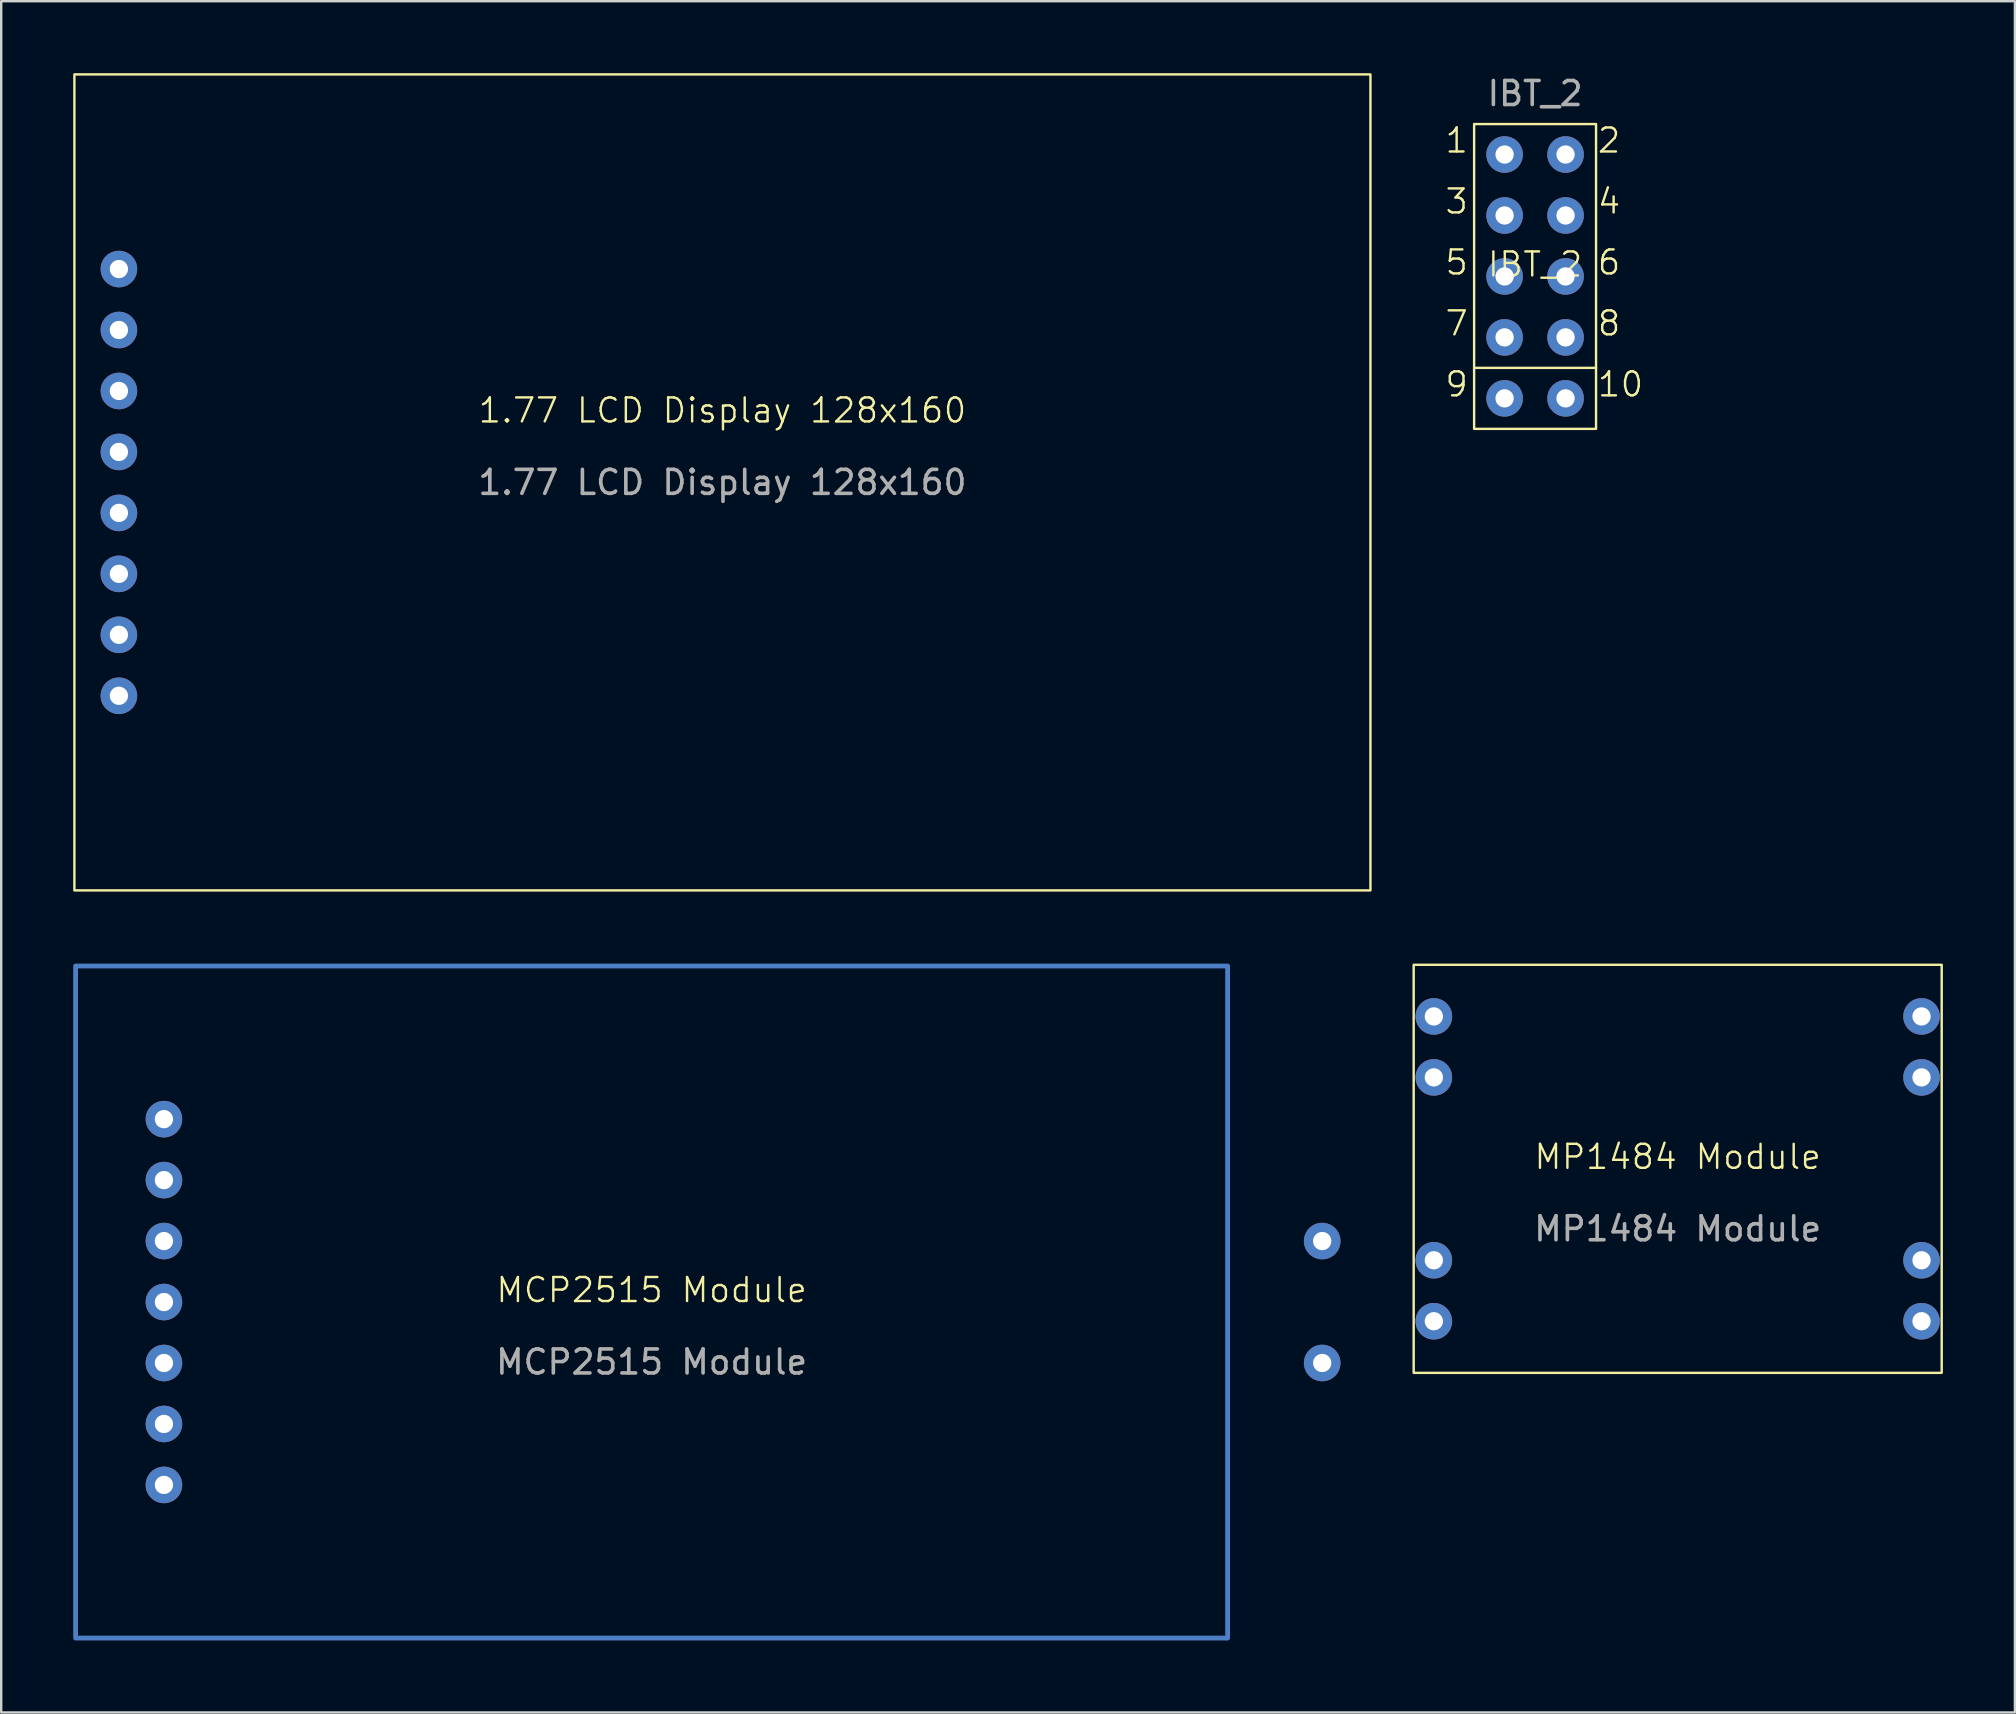
<source format=kicad_pcb>
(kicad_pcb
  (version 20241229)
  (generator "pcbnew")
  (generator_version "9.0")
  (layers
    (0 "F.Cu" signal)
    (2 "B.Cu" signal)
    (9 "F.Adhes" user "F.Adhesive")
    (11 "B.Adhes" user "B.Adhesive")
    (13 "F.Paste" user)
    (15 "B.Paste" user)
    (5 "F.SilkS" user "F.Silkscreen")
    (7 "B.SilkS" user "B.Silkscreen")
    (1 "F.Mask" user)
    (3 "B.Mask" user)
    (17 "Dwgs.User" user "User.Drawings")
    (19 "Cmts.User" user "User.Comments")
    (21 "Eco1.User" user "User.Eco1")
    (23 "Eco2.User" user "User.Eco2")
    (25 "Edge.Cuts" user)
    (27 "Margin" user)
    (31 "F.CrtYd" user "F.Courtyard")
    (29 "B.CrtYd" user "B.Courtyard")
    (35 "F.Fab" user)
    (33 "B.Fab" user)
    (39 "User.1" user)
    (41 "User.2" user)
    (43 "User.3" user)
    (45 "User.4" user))
  (footprint "MP1484 Module"
    (layer "F.Cu")
    (at 66.852 45.65)
    (property "Reference" "MP1484 Module" (at 0 -0.5 0) (unlocked yes) (layer "F.SilkS") (effects (font (size 1 1) (thickness 0.1))))
    (attr through_hole)
    (fp_rect (start -11 -8.5) (end 11 8.5) (stroke (width 0.1) (type default)) (fill no) (layer "F.SilkS"))
    (fp_text user "${REFERENCE}" (at 0 2.5 0) (unlocked yes) (layer "F.Fab") (effects (font (size 1 1) (thickness 0.15))))
    (pad "1" thru_hole circle (at -10.16 -6.35) (size 1.524 1.524) (drill 0.762) (layers "*.Cu" "*.Mask"))
    (pad "2" thru_hole circle (at -10.16 -3.81) (size 1.524 1.524) (drill 0.762) (layers "*.Cu" "*.Mask"))
    (pad "3" thru_hole circle (at -10.16 3.81) (size 1.524 1.524) (drill 0.762) (layers "*.Cu" "*.Mask"))
    (pad "4" thru_hole circle (at -10.16 6.35) (size 1.524 1.524) (drill 0.762) (layers "*.Cu" "*.Mask"))
    (pad "5" thru_hole circle (at 10.16 -6.35) (size 1.524 1.524) (drill 0.762) (layers "*.Cu" "*.Mask"))
    (pad "6" thru_hole circle (at 10.16 -3.81) (size 1.524 1.524) (drill 0.762) (layers "*.Cu" "*.Mask"))
    (pad "7" thru_hole circle (at 10.16 3.81) (size 1.524 1.524) (drill 0.762) (layers "*.Cu" "*.Mask"))
    (pad "8" thru_hole circle (at 10.16 6.35) (size 1.524 1.524) (drill 0.762) (layers "*.Cu" "*.Mask")))
  (footprint "1.77 LCD Display 128x160"
    (layer "F.Cu")
    (at 27.05 17.05)
    (property "Reference" "1.77 LCD Display 128x160" (at 0 -3 0) (unlocked yes) (layer "F.SilkS") (effects (font (size 1 1) (thickness 0.1))))
    (attr through_hole)
    (fp_rect (start -27 -17) (end 27 17) (stroke (width 0.1) (type default)) (fill no) (layer "F.SilkS"))
    (fp_text user "${REFERENCE}" (at 0 0 0) (unlocked yes) (layer "F.Fab") (effects (font (size 1 1) (thickness 0.15))))
    (pad "1" thru_hole circle (at -25.146 8.89 180) (size 1.524 1.524) (drill 0.762) (layers "*.Cu" "*.Mask"))
    (pad "2" thru_hole circle (at -25.146 6.35 180) (size 1.524 1.524) (drill 0.762) (layers "*.Cu" "*.Mask"))
    (pad "3" thru_hole circle (at -25.146 3.81 180) (size 1.524 1.524) (drill 0.762) (layers "*.Cu" "*.Mask"))
    (pad "4" thru_hole circle (at -25.146 1.27 180) (size 1.524 1.524) (drill 0.762) (layers "*.Cu" "*.Mask"))
    (pad "5" thru_hole circle (at -25.146 -1.27 180) (size 1.524 1.524) (drill 0.762) (layers "*.Cu" "*.Mask"))
    (pad "6" thru_hole circle (at -25.146 -3.81 180) (size 1.524 1.524) (drill 0.762) (layers "*.Cu" "*.Mask"))
    (pad "7" thru_hole circle (at -25.146 -6.35 180) (size 1.524 1.524) (drill 0.762) (layers "*.Cu" "*.Mask"))
    (pad "8" thru_hole circle (at -25.146 -8.89 180) (size 1.524 1.524) (drill 0.762) (layers "*.Cu" "*.Mask")))
  (footprint "MCP2515 Module"
    (layer "F.Cu")
    (at 24.1 51.2)
    (property "Reference" "MCP2515 Module" (at 0 -0.5 0) (unlocked yes) (layer "F.SilkS") (effects (font (size 1 1) (thickness 0.1))))
    (attr through_hole)
    (fp_rect (start -24 -14) (end 24 14) (stroke (width 0.2) (type default)) (fill no) (layer "B.Cu"))
    (fp_text user "${REFERENCE}" (at 0 2.5 0) (unlocked yes) (layer "F.Fab") (effects (font (size 1 1) (thickness 0.15))))
    (pad "1" thru_hole circle (at -20.32 -7.62) (size 1.524 1.524) (drill 0.762) (layers "*.Cu" "*.Mask"))
    (pad "2" thru_hole circle (at -20.32 -5.08) (size 1.524 1.524) (drill 0.762) (layers "*.Cu" "*.Mask"))
    (pad "3" thru_hole circle (at -20.32 -2.54) (size 1.524 1.524) (drill 0.762) (layers "*.Cu" "*.Mask"))
    (pad "4" thru_hole circle (at -20.32 0) (size 1.524 1.524) (drill 0.762) (layers "*.Cu" "*.Mask"))
    (pad "5" thru_hole circle (at -20.32 2.54) (size 1.524 1.524) (drill 0.762) (layers "*.Cu" "*.Mask"))
    (pad "6" thru_hole circle (at -20.32 5.08) (size 1.524 1.524) (drill 0.762) (layers "*.Cu" "*.Mask"))
    (pad "7" thru_hole circle (at -20.32 7.62) (size 1.524 1.524) (drill 0.762) (layers "*.Cu" "*.Mask"))
    (pad "8" thru_hole circle (at 27.94 -2.54) (size 1.524 1.524) (drill 0.762) (layers "*.Cu" "*.Mask"))
    (pad "9" thru_hole circle (at 27.94 2.54) (size 1.524 1.524) (drill 0.762) (layers "*.Cu" "*.Mask")))
  (footprint "IBT_2"
    (layer "F.Cu")
    (at 60.91 8.468)
    (property "Reference" "IBT_2" (at 0 -0.5 0) (unlocked yes) (layer "F.SilkS") (effects (font (size 1 1) (thickness 0.1))))
    (attr through_hole)
    (fp_line (start -2.54 3.81) (end 2.54 3.81) (stroke (width 0.1) (type default)) (layer "F.SilkS"))
    (fp_rect (start -2.54 -6.35) (end 2.54 6.35) (stroke (width 0.1) (type default)) (fill no) (layer "F.SilkS"))
    (fp_text user "10" (at 2.54 5.08 0) (unlocked yes) (layer "F.SilkS") (effects (font (size 1 1) (thickness 0.1)) (justify left bottom)))
    (fp_text user "9" (at -3.81 5.08 0) (unlocked yes) (layer "F.SilkS") (effects (font (size 1 1) (thickness 0.1)) (justify left bottom)))
    (fp_text user "5" (at -3.81 0 0) (unlocked yes) (layer "F.SilkS") (effects (font (size 1 1) (thickness 0.1)) (justify left bottom)))
    (fp_text user "8" (at 2.54 2.54 0) (unlocked yes) (layer "F.SilkS") (effects (font (size 1 1) (thickness 0.1)) (justify left bottom)))
    (fp_text user "1" (at -3.81 -5.08 0) (unlocked yes) (layer "F.SilkS") (effects (font (size 1 1) (thickness 0.1)) (justify left bottom)))
    (fp_text user "4" (at 2.54 -2.54 0) (unlocked yes) (layer "F.SilkS") (effects (font (size 1 1) (thickness 0.1)) (justify left bottom)))
    (fp_text user "7" (at -3.81 2.54 0) (unlocked yes) (layer "F.SilkS") (effects (font (size 1 1) (thickness 0.1)) (justify left bottom)))
    (fp_text user "6" (at 2.54 0 0) (unlocked yes) (layer "F.SilkS") (effects (font (size 1 1) (thickness 0.1)) (justify left bottom)))
    (fp_text user "2" (at 2.54 -5.08 0) (unlocked yes) (layer "F.SilkS") (effects (font (size 1 1) (thickness 0.1)) (justify left bottom)))
    (fp_text user "3" (at -3.81 -2.54 0) (unlocked yes) (layer "F.SilkS") (effects (font (size 1 1) (thickness 0.1)) (justify left bottom)))
    (fp_text user "${REFERENCE}" (at 0 -7.62 0) (unlocked yes) (layer "F.Fab") (effects (font (size 1 1) (thickness 0.15))))
    (pad "1" thru_hole circle (at -1.27 -5.08) (size 1.524 1.524) (drill 0.762) (layers "*.Cu" "*.Mask"))
    (pad "2" thru_hole circle (at 1.27 -5.08) (size 1.524 1.524) (drill 0.762) (layers "*.Cu" "*.Mask"))
    (pad "3" thru_hole circle (at -1.27 -2.54) (size 1.524 1.524) (drill 0.762) (layers "*.Cu" "*.Mask"))
    (pad "4" thru_hole circle (at 1.27 -2.54) (size 1.524 1.524) (drill 0.762) (layers "*.Cu" "*.Mask"))
    (pad "5" thru_hole circle (at -1.27 0) (size 1.524 1.524) (drill 0.762) (layers "*.Cu" "*.Mask"))
    (pad "6" thru_hole circle (at 1.27 0) (size 1.524 1.524) (drill 0.762) (layers "*.Cu" "*.Mask"))
    (pad "7" thru_hole circle (at -1.27 2.54) (size 1.524 1.524) (drill 0.762) (layers "*.Cu" "*.Mask"))
    (pad "8" thru_hole circle (at 1.27 2.54) (size 1.524 1.524) (drill 0.762) (layers "*.Cu" "*.Mask"))
    (pad "9" thru_hole circle (at -1.27 5.08) (size 1.524 1.524) (drill 0.762) (layers "*.Cu" "*.Mask"))
    (pad "10" thru_hole circle (at 1.27 5.08) (size 1.524 1.524) (drill 0.762) (layers "*.Cu" "*.Mask")))
  (gr_rect
    (start -3 -3)
    (end 80.902 68.3)
    (stroke (width 0.1) (type default))
    (fill no)
    (layer "Edge.Cuts")))
</source>
